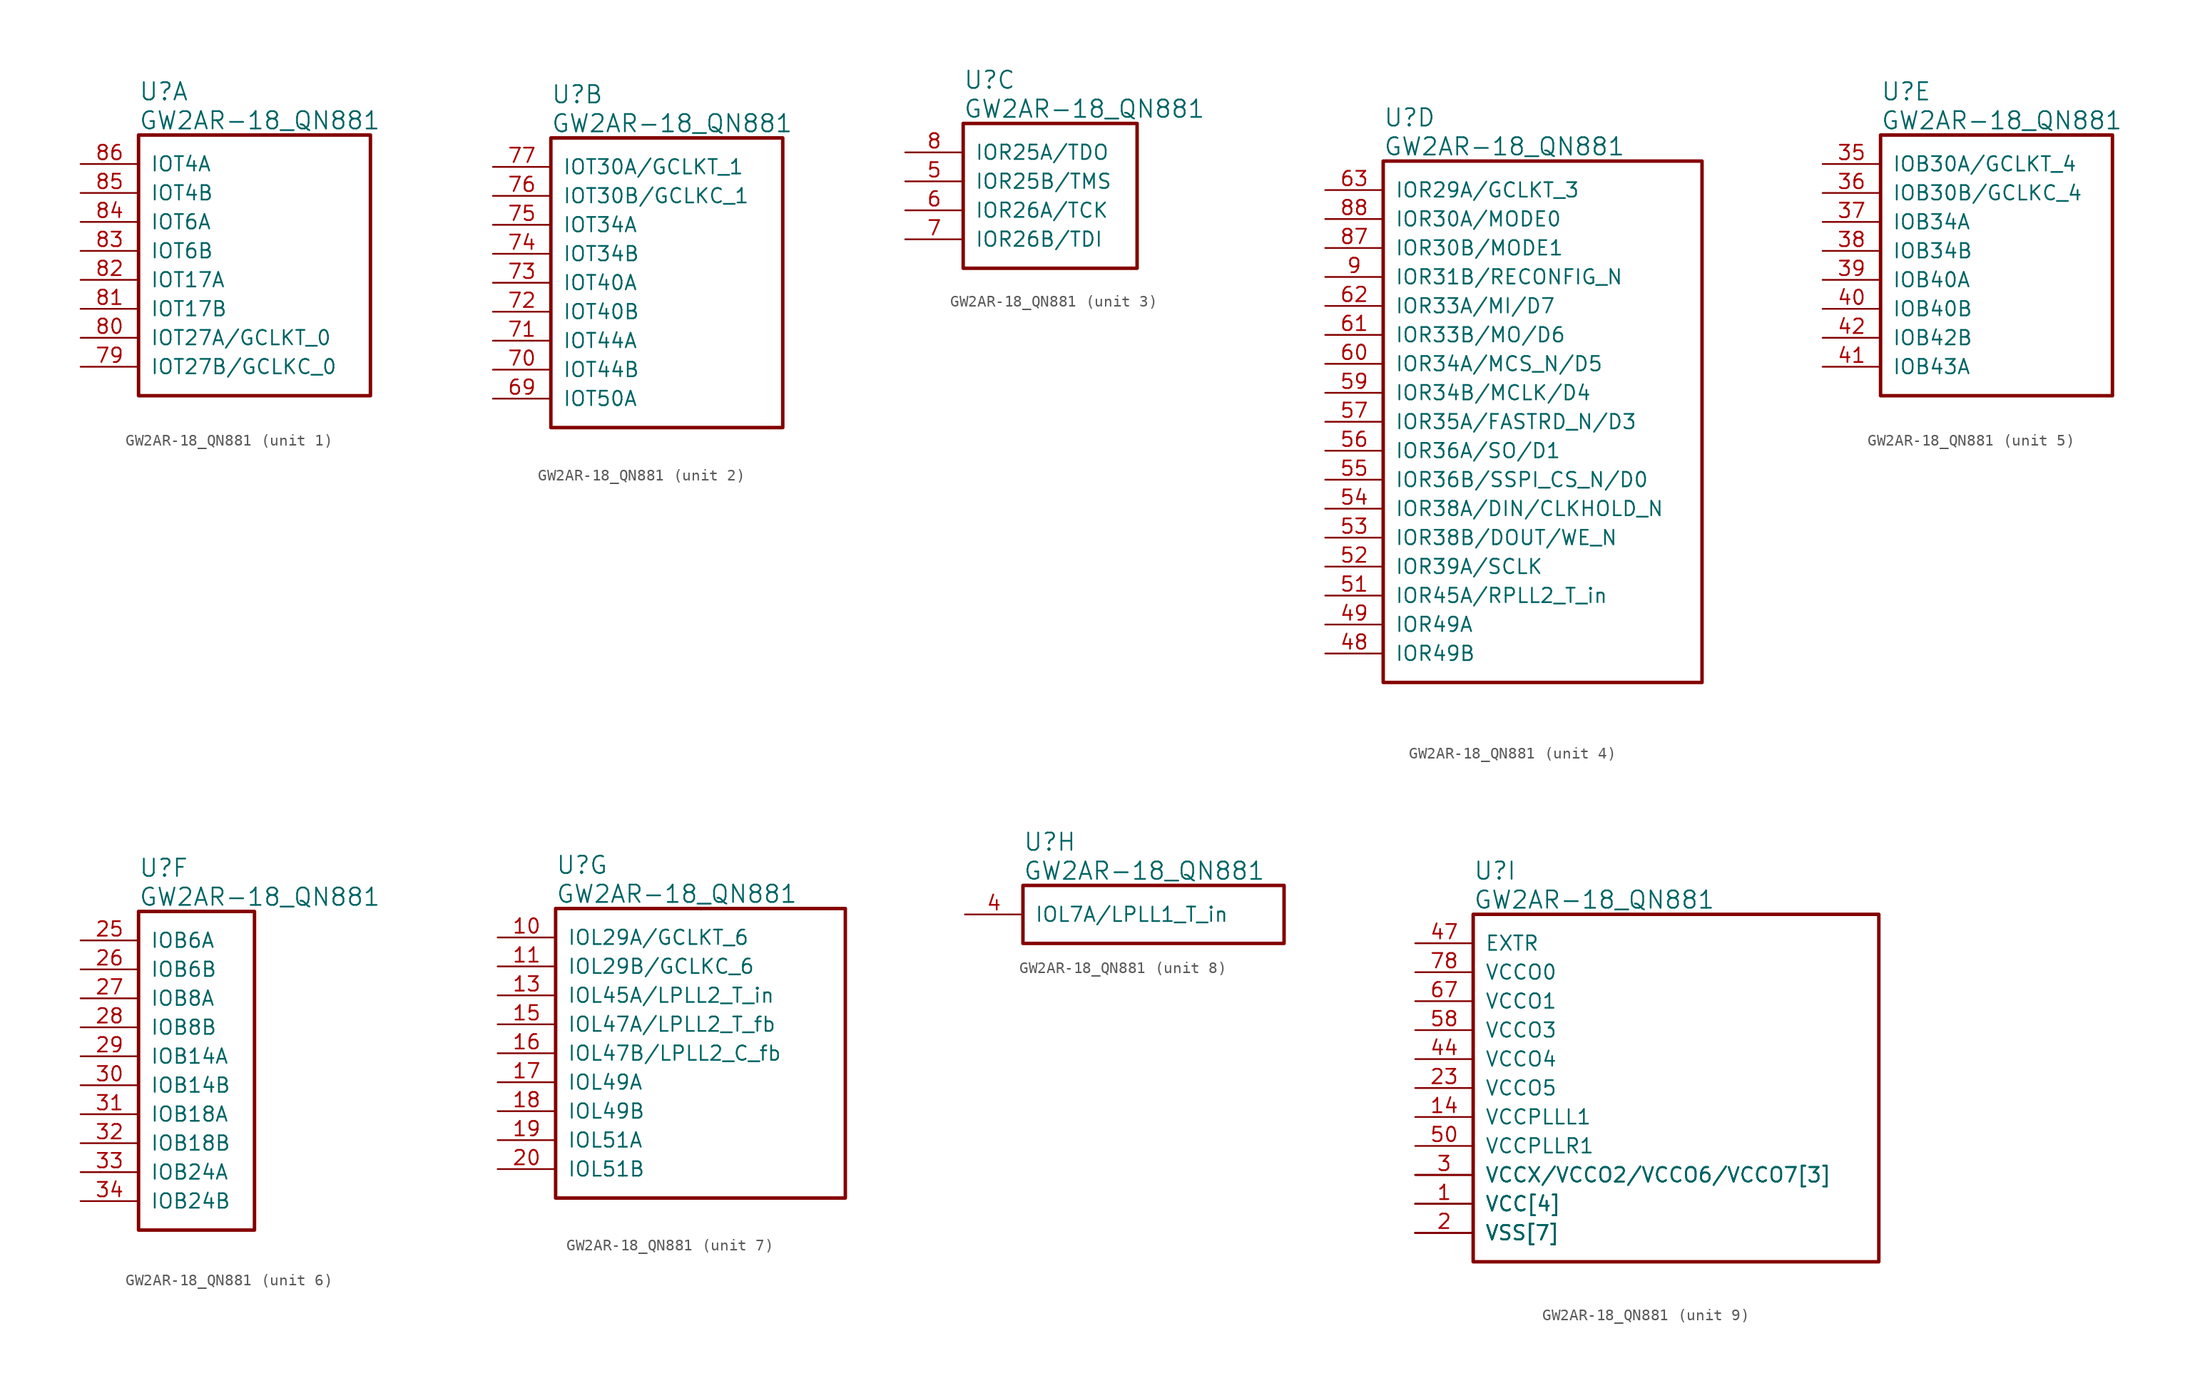
<source format=kicad_sym>
(kicad_symbol_lib
  (version 20220914)
  (generator kicad_symbol_editor)
  (symbol "GW2AR-18_QN881"
    (pin_names
      (offset 1.016))
    (property "Reference" "U"
      (at 5.08 6.35 0)
      (effects (font (size 1.524 1.524)) (justify left)))
    (property "Value" "GW2AR-18_QN881"
      (at 5.08 3.81 0)
      (effects (font (size 1.524 1.524)) (justify left)))
    (property "ki_locked" ""
      (at 0 0 0)
      (effects (font (size 1.27 1.27))))
    (symbol "GW2AR-18_QN881_1_1"
      (rectangle (start 5.08 2.54) (end 25.4 -20.32) (stroke (width 0.305) (type solid)) (fill (type none)))
      (pin bidirectional line (at 0 -17.78 0) (length 5.08) (name "IOT27B/GCLKC_0" (effects (font (size 1.27 1.27)))) (number "79" (effects (font (size 1.27 1.27)))))
      (pin bidirectional line (at 0 -15.24 0) (length 5.08) (name "IOT27A/GCLKT_0" (effects (font (size 1.27 1.27)))) (number "80" (effects (font (size 1.27 1.27)))))
      (pin bidirectional line (at 0 -12.7 0) (length 5.08) (name "IOT17B" (effects (font (size 1.27 1.27)))) (number "81" (effects (font (size 1.27 1.27)))))
      (pin bidirectional line (at 0 -10.16 0) (length 5.08) (name "IOT17A" (effects (font (size 1.27 1.27)))) (number "82" (effects (font (size 1.27 1.27)))))
      (pin bidirectional line (at 0 -7.62 0) (length 5.08) (name "IOT6B" (effects (font (size 1.27 1.27)))) (number "83" (effects (font (size 1.27 1.27)))))
      (pin bidirectional line (at 0 -5.08 0) (length 5.08) (name "IOT6A" (effects (font (size 1.27 1.27)))) (number "84" (effects (font (size 1.27 1.27)))))
      (pin bidirectional line (at 0 -2.54 0) (length 5.08) (name "IOT4B" (effects (font (size 1.27 1.27)))) (number "85" (effects (font (size 1.27 1.27)))))
      (pin bidirectional line (at 0 0 0) (length 5.08) (name "IOT4A" (effects (font (size 1.27 1.27)))) (number "86" (effects (font (size 1.27 1.27))))))
    (symbol "GW2AR-18_QN881_2_1"
      (rectangle (start 5.08 2.54) (end 25.4 -22.86) (stroke (width 0.305) (type solid)) (fill (type none)))
      (pin bidirectional line (at 0 -20.32 0) (length 5.08) (name "IOT50A" (effects (font (size 1.27 1.27)))) (number "69" (effects (font (size 1.27 1.27)))))
      (pin bidirectional line (at 0 -17.78 0) (length 5.08) (name "IOT44B" (effects (font (size 1.27 1.27)))) (number "70" (effects (font (size 1.27 1.27)))))
      (pin bidirectional line (at 0 -15.24 0) (length 5.08) (name "IOT44A" (effects (font (size 1.27 1.27)))) (number "71" (effects (font (size 1.27 1.27)))))
      (pin bidirectional line (at 0 -12.7 0) (length 5.08) (name "IOT40B" (effects (font (size 1.27 1.27)))) (number "72" (effects (font (size 1.27 1.27)))))
      (pin bidirectional line (at 0 -10.16 0) (length 5.08) (name "IOT40A" (effects (font (size 1.27 1.27)))) (number "73" (effects (font (size 1.27 1.27)))))
      (pin bidirectional line (at 0 -7.62 0) (length 5.08) (name "IOT34B" (effects (font (size 1.27 1.27)))) (number "74" (effects (font (size 1.27 1.27)))))
      (pin bidirectional line (at 0 -5.08 0) (length 5.08) (name "IOT34A" (effects (font (size 1.27 1.27)))) (number "75" (effects (font (size 1.27 1.27)))))
      (pin bidirectional line (at 0 -2.54 0) (length 5.08) (name "IOT30B/GCLKC_1" (effects (font (size 1.27 1.27)))) (number "76" (effects (font (size 1.27 1.27)))))
      (pin bidirectional line (at 0 0 0) (length 5.08) (name "IOT30A/GCLKT_1" (effects (font (size 1.27 1.27)))) (number "77" (effects (font (size 1.27 1.27))))))
    (symbol "GW2AR-18_QN881_3_1"
      (rectangle (start 5.08 2.54) (end 20.32 -10.16) (stroke (width 0.305) (type solid)) (fill (type none)))
      (pin bidirectional line (at 0 -2.54 0) (length 5.08) (name "IOR25B/TMS" (effects (font (size 1.27 1.27)))) (number "5" (effects (font (size 1.27 1.27)))))
      (pin bidirectional line (at 0 -5.08 0) (length 5.08) (name "IOR26A/TCK" (effects (font (size 1.27 1.27)))) (number "6" (effects (font (size 1.27 1.27)))))
      (pin bidirectional line (at 0 -7.62 0) (length 5.08) (name "IOR26B/TDI" (effects (font (size 1.27 1.27)))) (number "7" (effects (font (size 1.27 1.27)))))
      (pin bidirectional line (at 0 0 0) (length 5.08) (name "IOR25A/TDO" (effects (font (size 1.27 1.27)))) (number "8" (effects (font (size 1.27 1.27))))))
    (symbol "GW2AR-18_QN881_4_1"
      (rectangle (start 5.08 2.54) (end 33.02 -43.18) (stroke (width 0.305) (type solid)) (fill (type none)))
      (pin bidirectional line (at 0 -40.64 0) (length 5.08) (name "IOR49B" (effects (font (size 1.27 1.27)))) (number "48" (effects (font (size 1.27 1.27)))))
      (pin bidirectional line (at 0 -38.1 0) (length 5.08) (name "IOR49A" (effects (font (size 1.27 1.27)))) (number "49" (effects (font (size 1.27 1.27)))))
      (pin bidirectional line (at 0 -35.56 0) (length 5.08) (name "IOR45A/RPLL2_T_in" (effects (font (size 1.27 1.27)))) (number "51" (effects (font (size 1.27 1.27)))))
      (pin bidirectional line (at 0 -33.02 0) (length 5.08) (name "IOR39A/SCLK" (effects (font (size 1.27 1.27)))) (number "52" (effects (font (size 1.27 1.27)))))
      (pin bidirectional line (at 0 -30.48 0) (length 5.08) (name "IOR38B/DOUT/WE_N" (effects (font (size 1.27 1.27)))) (number "53" (effects (font (size 1.27 1.27)))))
      (pin bidirectional line (at 0 -27.94 0) (length 5.08) (name "IOR38A/DIN/CLKHOLD_N" (effects (font (size 1.27 1.27)))) (number "54" (effects (font (size 1.27 1.27)))))
      (pin bidirectional line (at 0 -25.4 0) (length 5.08) (name "IOR36B/SSPI_CS_N/D0" (effects (font (size 1.27 1.27)))) (number "55" (effects (font (size 1.27 1.27)))))
      (pin bidirectional line (at 0 -22.86 0) (length 5.08) (name "IOR36A/SO/D1" (effects (font (size 1.27 1.27)))) (number "56" (effects (font (size 1.27 1.27)))))
      (pin bidirectional line (at 0 -20.32 0) (length 5.08) (name "IOR35A/FASTRD_N/D3" (effects (font (size 1.27 1.27)))) (number "57" (effects (font (size 1.27 1.27)))))
      (pin bidirectional line (at 0 -17.78 0) (length 5.08) (name "IOR34B/MCLK/D4" (effects (font (size 1.27 1.27)))) (number "59" (effects (font (size 1.27 1.27)))))
      (pin bidirectional line (at 0 -15.24 0) (length 5.08) (name "IOR34A/MCS_N/D5" (effects (font (size 1.27 1.27)))) (number "60" (effects (font (size 1.27 1.27)))))
      (pin bidirectional line (at 0 -12.7 0) (length 5.08) (name "IOR33B/MO/D6" (effects (font (size 1.27 1.27)))) (number "61" (effects (font (size 1.27 1.27)))))
      (pin bidirectional line (at 0 -10.16 0) (length 5.08) (name "IOR33A/MI/D7" (effects (font (size 1.27 1.27)))) (number "62" (effects (font (size 1.27 1.27)))))
      (pin bidirectional line (at 0 0 0) (length 5.08) (name "IOR29A/GCLKT_3" (effects (font (size 1.27 1.27)))) (number "63" (effects (font (size 1.27 1.27)))))
      (pin bidirectional line (at 0 -5.08 0) (length 5.08) (name "IOR30B/MODE1" (effects (font (size 1.27 1.27)))) (number "87" (effects (font (size 1.27 1.27)))))
      (pin bidirectional line (at 0 -2.54 0) (length 5.08) (name "IOR30A/MODE0" (effects (font (size 1.27 1.27)))) (number "88" (effects (font (size 1.27 1.27)))))
      (pin bidirectional line (at 0 -7.62 0) (length 5.08) (name "IOR31B/RECONFIG_N" (effects (font (size 1.27 1.27)))) (number "9" (effects (font (size 1.27 1.27))))))
    (symbol "GW2AR-18_QN881_5_1"
      (rectangle (start 5.08 2.54) (end 25.4 -20.32) (stroke (width 0.305) (type solid)) (fill (type none)))
      (pin bidirectional line (at 0 0 0) (length 5.08) (name "IOB30A/GCLKT_4" (effects (font (size 1.27 1.27)))) (number "35" (effects (font (size 1.27 1.27)))))
      (pin bidirectional line (at 0 -2.54 0) (length 5.08) (name "IOB30B/GCLKC_4" (effects (font (size 1.27 1.27)))) (number "36" (effects (font (size 1.27 1.27)))))
      (pin bidirectional line (at 0 -5.08 0) (length 5.08) (name "IOB34A" (effects (font (size 1.27 1.27)))) (number "37" (effects (font (size 1.27 1.27)))))
      (pin bidirectional line (at 0 -7.62 0) (length 5.08) (name "IOB34B" (effects (font (size 1.27 1.27)))) (number "38" (effects (font (size 1.27 1.27)))))
      (pin bidirectional line (at 0 -10.16 0) (length 5.08) (name "IOB40A" (effects (font (size 1.27 1.27)))) (number "39" (effects (font (size 1.27 1.27)))))
      (pin bidirectional line (at 0 -12.7 0) (length 5.08) (name "IOB40B" (effects (font (size 1.27 1.27)))) (number "40" (effects (font (size 1.27 1.27)))))
      (pin bidirectional line (at 0 -17.78 0) (length 5.08) (name "IOB43A" (effects (font (size 1.27 1.27)))) (number "41" (effects (font (size 1.27 1.27)))))
      (pin bidirectional line (at 0 -15.24 0) (length 5.08) (name "IOB42B" (effects (font (size 1.27 1.27)))) (number "42" (effects (font (size 1.27 1.27))))))
    (symbol "GW2AR-18_QN881_6_1"
      (rectangle (start 5.08 2.54) (end 15.24 -25.4) (stroke (width 0.305) (type solid)) (fill (type none)))
      (pin bidirectional line (at 0 0 0) (length 5.08) (name "IOB6A" (effects (font (size 1.27 1.27)))) (number "25" (effects (font (size 1.27 1.27)))))
      (pin bidirectional line (at 0 -2.54 0) (length 5.08) (name "IOB6B" (effects (font (size 1.27 1.27)))) (number "26" (effects (font (size 1.27 1.27)))))
      (pin bidirectional line (at 0 -5.08 0) (length 5.08) (name "IOB8A" (effects (font (size 1.27 1.27)))) (number "27" (effects (font (size 1.27 1.27)))))
      (pin bidirectional line (at 0 -7.62 0) (length 5.08) (name "IOB8B" (effects (font (size 1.27 1.27)))) (number "28" (effects (font (size 1.27 1.27)))))
      (pin bidirectional line (at 0 -10.16 0) (length 5.08) (name "IOB14A" (effects (font (size 1.27 1.27)))) (number "29" (effects (font (size 1.27 1.27)))))
      (pin bidirectional line (at 0 -12.7 0) (length 5.08) (name "IOB14B" (effects (font (size 1.27 1.27)))) (number "30" (effects (font (size 1.27 1.27)))))
      (pin bidirectional line (at 0 -15.24 0) (length 5.08) (name "IOB18A" (effects (font (size 1.27 1.27)))) (number "31" (effects (font (size 1.27 1.27)))))
      (pin bidirectional line (at 0 -17.78 0) (length 5.08) (name "IOB18B" (effects (font (size 1.27 1.27)))) (number "32" (effects (font (size 1.27 1.27)))))
      (pin bidirectional line (at 0 -20.32 0) (length 5.08) (name "IOB24A" (effects (font (size 1.27 1.27)))) (number "33" (effects (font (size 1.27 1.27)))))
      (pin bidirectional line (at 0 -22.86 0) (length 5.08) (name "IOB24B" (effects (font (size 1.27 1.27)))) (number "34" (effects (font (size 1.27 1.27))))))
    (symbol "GW2AR-18_QN881_7_1"
      (rectangle (start 5.08 2.54) (end 30.48 -22.86) (stroke (width 0.305) (type solid)) (fill (type none)))
      (pin bidirectional line (at 0 0 0) (length 5.08) (name "IOL29A/GCLKT_6" (effects (font (size 1.27 1.27)))) (number "10" (effects (font (size 1.27 1.27)))))
      (pin bidirectional line (at 0 -2.54 0) (length 5.08) (name "IOL29B/GCLKC_6" (effects (font (size 1.27 1.27)))) (number "11" (effects (font (size 1.27 1.27)))))
      (pin bidirectional line (at 0 -5.08 0) (length 5.08) (name "IOL45A/LPLL2_T_in" (effects (font (size 1.27 1.27)))) (number "13" (effects (font (size 1.27 1.27)))))
      (pin bidirectional line (at 0 -7.62 0) (length 5.08) (name "IOL47A/LPLL2_T_fb" (effects (font (size 1.27 1.27)))) (number "15" (effects (font (size 1.27 1.27)))))
      (pin bidirectional line (at 0 -10.16 0) (length 5.08) (name "IOL47B/LPLL2_C_fb" (effects (font (size 1.27 1.27)))) (number "16" (effects (font (size 1.27 1.27)))))
      (pin bidirectional line (at 0 -12.7 0) (length 5.08) (name "IOL49A" (effects (font (size 1.27 1.27)))) (number "17" (effects (font (size 1.27 1.27)))))
      (pin bidirectional line (at 0 -15.24 0) (length 5.08) (name "IOL49B" (effects (font (size 1.27 1.27)))) (number "18" (effects (font (size 1.27 1.27)))))
      (pin bidirectional line (at 0 -17.78 0) (length 5.08) (name "IOL51A" (effects (font (size 1.27 1.27)))) (number "19" (effects (font (size 1.27 1.27)))))
      (pin bidirectional line (at 0 -20.32 0) (length 5.08) (name "IOL51B" (effects (font (size 1.27 1.27)))) (number "20" (effects (font (size 1.27 1.27))))))
    (symbol "GW2AR-18_QN881_8_1"
      (rectangle (start 5.08 2.54) (end 27.94 -2.54) (stroke (width 0.305) (type solid)) (fill (type none)))
      (pin bidirectional line (at 0 0 0) (length 5.08) (name "IOL7A/LPLL1_T_in" (effects (font (size 1.27 1.27)))) (number "4" (effects (font (size 1.27 1.27))))))
    (symbol "GW2AR-18_QN881_9_1"
      (rectangle (start 5.08 2.54) (end 40.64 -27.94) (stroke (width 0.305) (type solid)) (fill (type none)))
      (pin power_in line (at 0 -22.86 0) (length 5.08) (name "VCC[4]" (effects (font (size 1.27 1.27)))) (number "1" (effects (font (size 1.27 1.27)))))
      (pin power_in line (at 0 -20.32 0) (length 5.08) (name "VCCX/VCCO2/VCCO6/VCCO7[3]" (effects (font (size 1.27 1.27)))) (number "12" (effects (font (size 0 0)))))
      (pin power_in line (at 0 -15.24 0) (length 5.08) (name "VCCPLLL1" (effects (font (size 1.27 1.27)))) (number "14" (effects (font (size 1.27 1.27)))))
      (pin power_in line (at 0 -25.4 0) (length 5.08) (name "VSS[7]" (effects (font (size 1.27 1.27)))) (number "2" (effects (font (size 1.27 1.27)))))
      (pin power_in line (at 0 -25.4 0) (length 5.08) (name "VSS[7]" (effects (font (size 1.27 1.27)))) (number "21" (effects (font (size 0 0)))))
      (pin power_in line (at 0 -22.86 0) (length 5.08) (name "VCC[4]" (effects (font (size 1.27 1.27)))) (number "22" (effects (font (size 0 0)))))
      (pin power_in line (at 0 -12.7 0) (length 5.08) (name "VCCO5" (effects (font (size 1.27 1.27)))) (number "23" (effects (font (size 1.27 1.27)))))
      (pin power_in line (at 0 -25.4 0) (length 5.08) (name "VSS[7]" (effects (font (size 1.27 1.27)))) (number "24" (effects (font (size 0 0)))))
      (pin power_in line (at 0 -20.32 0) (length 5.08) (name "VCCX/VCCO2/VCCO6/VCCO7[3]" (effects (font (size 1.27 1.27)))) (number "3" (effects (font (size 1.27 1.27)))))
      (pin power_in line (at 0 -25.4 0) (length 5.08) (name "VSS[7]" (effects (font (size 1.27 1.27)))) (number "43" (effects (font (size 0 0)))))
      (pin power_in line (at 0 -10.16 0) (length 5.08) (name "VCCO4" (effects (font (size 1.27 1.27)))) (number "44" (effects (font (size 1.27 1.27)))))
      (pin power_in line (at 0 -22.86 0) (length 5.08) (name "VCC[4]" (effects (font (size 1.27 1.27)))) (number "45" (effects (font (size 0 0)))))
      (pin power_in line (at 0 -25.4 0) (length 5.08) (name "VSS[7]" (effects (font (size 1.27 1.27)))) (number "46" (effects (font (size 0 0)))))
      (pin power_in line (at 0 0 0) (length 5.08) (name "EXTR" (effects (font (size 1.27 1.27)))) (number "47" (effects (font (size 1.27 1.27)))))
      (pin power_in line (at 0 -17.78 0) (length 5.08) (name "VCCPLLR1" (effects (font (size 1.27 1.27)))) (number "50" (effects (font (size 1.27 1.27)))))
      (pin power_in line (at 0 -7.62 0) (length 5.08) (name "VCCO3" (effects (font (size 1.27 1.27)))) (number "58" (effects (font (size 1.27 1.27)))))
      (pin power_in line (at 0 -20.32 0) (length 5.08) (name "VCCX/VCCO2/VCCO6/VCCO7[3]" (effects (font (size 1.27 1.27)))) (number "64" (effects (font (size 0 0)))))
      (pin power_in line (at 0 -25.4 0) (length 5.08) (name "VSS[7]" (effects (font (size 1.27 1.27)))) (number "65" (effects (font (size 0 0)))))
      (pin power_in line (at 0 -22.86 0) (length 5.08) (name "VCC[4]" (effects (font (size 1.27 1.27)))) (number "66" (effects (font (size 0 0)))))
      (pin power_in line (at 0 -5.08 0) (length 5.08) (name "VCCO1" (effects (font (size 1.27 1.27)))) (number "67" (effects (font (size 1.27 1.27)))))
      (pin power_in line (at 0 -25.4 0) (length 5.08) (name "VSS[7]" (effects (font (size 1.27 1.27)))) (number "68" (effects (font (size 0 0)))))
      (pin power_in line (at 0 -2.54 0) (length 5.08) (name "VCCO0" (effects (font (size 1.27 1.27)))) (number "78" (effects (font (size 1.27 1.27))))))))
</source>
